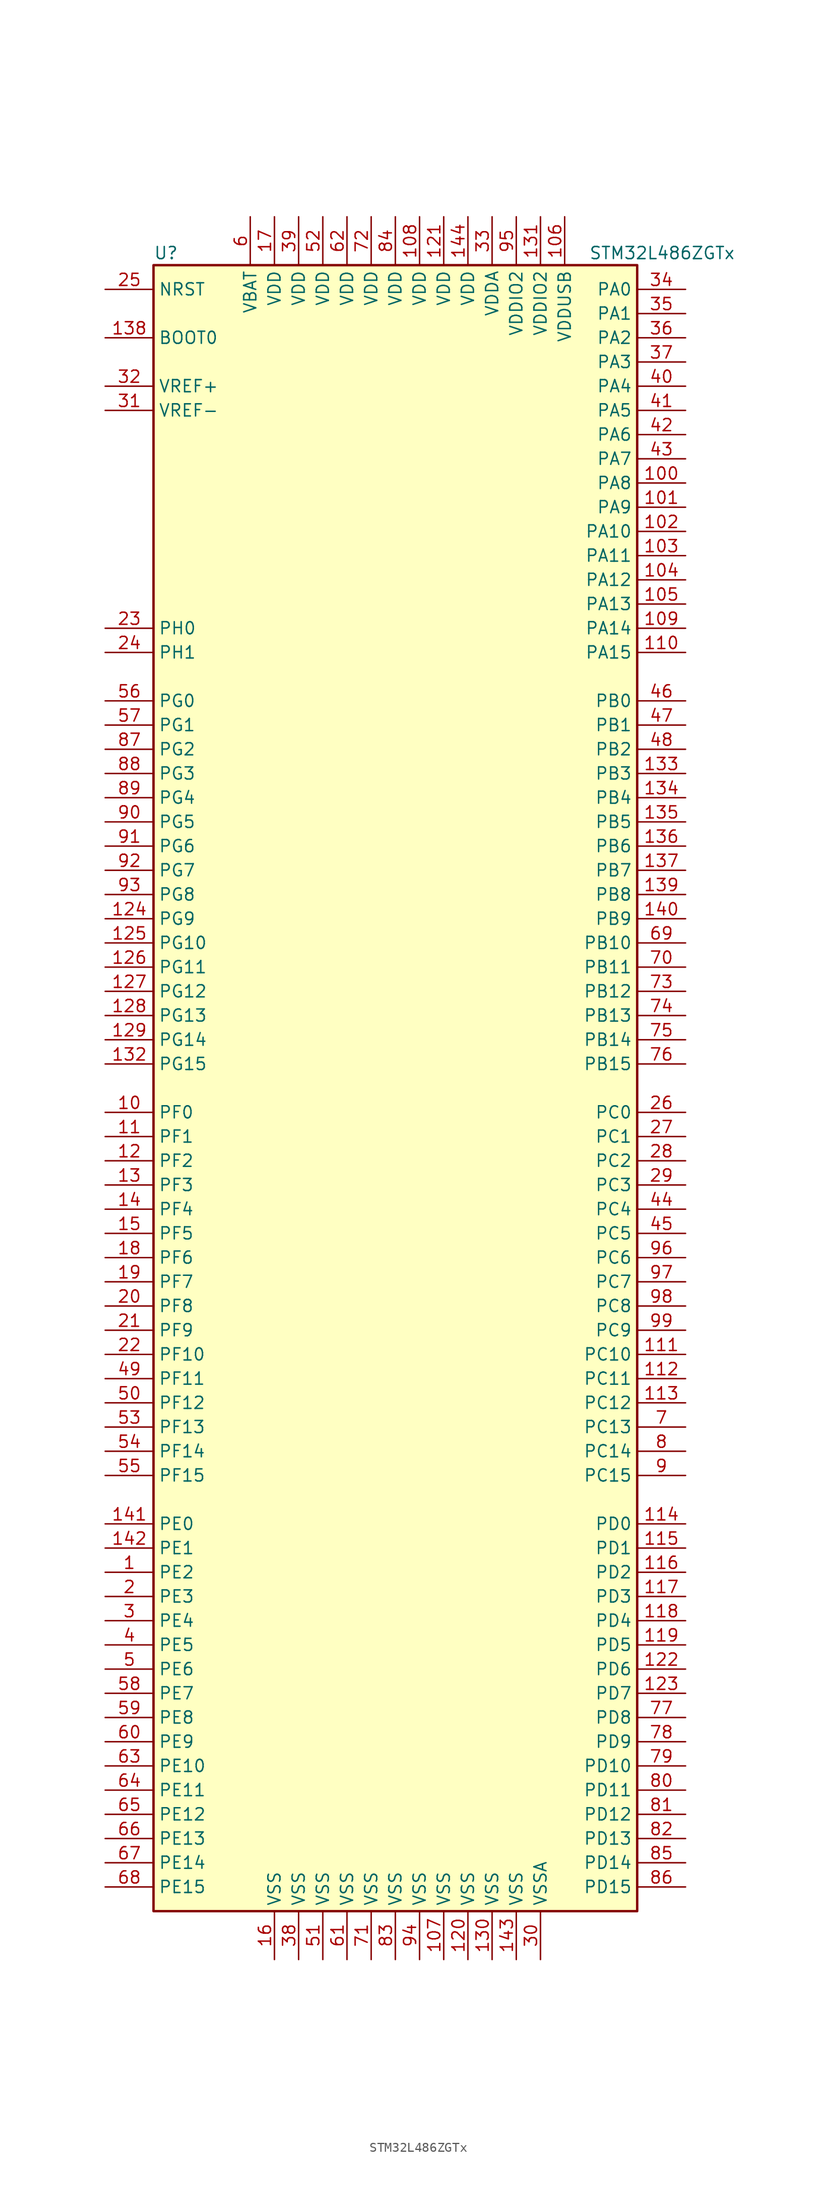
<source format=kicad_sym>
(kicad_symbol_lib
  (version 20201005)
  (generator kicad_symbol_editor)
  (symbol "MCU_ST_STM32L4:STM32L486ZGTx"
    (property "Reference" "U"
      (at -25.4 87.63 0)
      (effects (font (size 1.27 1.27)) (justify left)))
    (property "Value" "STM32L486ZGTx"
      (at 20.32 87.63 0)
      (effects (font (size 1.27 1.27)) (justify left)))
    (symbol "STM32L486ZGTx_0_1"
      (rectangle (start -25.4 -86.36) (end 25.4 86.36) (stroke (width 0.254)) (fill (type background))))
    (symbol "STM32L486ZGTx_1_1"
      (pin bidirectional line (at -30.48 -50.8 0) (length 5.08) (name "PE2" (effects (font (size 1.27 1.27)))) (number "1" (effects (font (size 1.27 1.27)))))
      (pin bidirectional line (at -30.48 -2.54 0) (length 5.08) (name "PF0" (effects (font (size 1.27 1.27)))) (number "10" (effects (font (size 1.27 1.27)))))
      (pin bidirectional line (at 30.48 63.5 180) (length 5.08) (name "PA8" (effects (font (size 1.27 1.27)))) (number "100" (effects (font (size 1.27 1.27)))))
      (pin bidirectional line (at 30.48 60.96 180) (length 5.08) (name "PA9" (effects (font (size 1.27 1.27)))) (number "101" (effects (font (size 1.27 1.27)))))
      (pin bidirectional line (at 30.48 58.42 180) (length 5.08) (name "PA10" (effects (font (size 1.27 1.27)))) (number "102" (effects (font (size 1.27 1.27)))))
      (pin bidirectional line (at 30.48 55.88 180) (length 5.08) (name "PA11" (effects (font (size 1.27 1.27)))) (number "103" (effects (font (size 1.27 1.27)))))
      (pin bidirectional line (at 30.48 53.34 180) (length 5.08) (name "PA12" (effects (font (size 1.27 1.27)))) (number "104" (effects (font (size 1.27 1.27)))))
      (pin bidirectional line (at 30.48 50.8 180) (length 5.08) (name "PA13" (effects (font (size 1.27 1.27)))) (number "105" (effects (font (size 1.27 1.27)))))
      (pin power_in line (at 17.78 91.44 270) (length 5.08) (name "VDDUSB" (effects (font (size 1.27 1.27)))) (number "106" (effects (font (size 1.27 1.27)))))
      (pin power_in line (at 5.08 -91.44 90) (length 5.08) (name "VSS" (effects (font (size 1.27 1.27)))) (number "107" (effects (font (size 1.27 1.27)))))
      (pin power_in line (at 2.54 91.44 270) (length 5.08) (name "VDD" (effects (font (size 1.27 1.27)))) (number "108" (effects (font (size 1.27 1.27)))))
      (pin bidirectional line (at 30.48 48.26 180) (length 5.08) (name "PA14" (effects (font (size 1.27 1.27)))) (number "109" (effects (font (size 1.27 1.27)))))
      (pin bidirectional line (at -30.48 -5.08 0) (length 5.08) (name "PF1" (effects (font (size 1.27 1.27)))) (number "11" (effects (font (size 1.27 1.27)))))
      (pin bidirectional line (at 30.48 45.72 180) (length 5.08) (name "PA15" (effects (font (size 1.27 1.27)))) (number "110" (effects (font (size 1.27 1.27)))))
      (pin bidirectional line (at 30.48 -27.94 180) (length 5.08) (name "PC10" (effects (font (size 1.27 1.27)))) (number "111" (effects (font (size 1.27 1.27)))))
      (pin bidirectional line (at 30.48 -30.48 180) (length 5.08) (name "PC11" (effects (font (size 1.27 1.27)))) (number "112" (effects (font (size 1.27 1.27)))))
      (pin bidirectional line (at 30.48 -33.02 180) (length 5.08) (name "PC12" (effects (font (size 1.27 1.27)))) (number "113" (effects (font (size 1.27 1.27)))))
      (pin bidirectional line (at 30.48 -45.72 180) (length 5.08) (name "PD0" (effects (font (size 1.27 1.27)))) (number "114" (effects (font (size 1.27 1.27)))))
      (pin bidirectional line (at 30.48 -48.26 180) (length 5.08) (name "PD1" (effects (font (size 1.27 1.27)))) (number "115" (effects (font (size 1.27 1.27)))))
      (pin bidirectional line (at 30.48 -50.8 180) (length 5.08) (name "PD2" (effects (font (size 1.27 1.27)))) (number "116" (effects (font (size 1.27 1.27)))))
      (pin bidirectional line (at 30.48 -53.34 180) (length 5.08) (name "PD3" (effects (font (size 1.27 1.27)))) (number "117" (effects (font (size 1.27 1.27)))))
      (pin bidirectional line (at 30.48 -55.88 180) (length 5.08) (name "PD4" (effects (font (size 1.27 1.27)))) (number "118" (effects (font (size 1.27 1.27)))))
      (pin bidirectional line (at 30.48 -58.42 180) (length 5.08) (name "PD5" (effects (font (size 1.27 1.27)))) (number "119" (effects (font (size 1.27 1.27)))))
      (pin bidirectional line (at -30.48 -7.62 0) (length 5.08) (name "PF2" (effects (font (size 1.27 1.27)))) (number "12" (effects (font (size 1.27 1.27)))))
      (pin power_in line (at 7.62 -91.44 90) (length 5.08) (name "VSS" (effects (font (size 1.27 1.27)))) (number "120" (effects (font (size 1.27 1.27)))))
      (pin power_in line (at 5.08 91.44 270) (length 5.08) (name "VDD" (effects (font (size 1.27 1.27)))) (number "121" (effects (font (size 1.27 1.27)))))
      (pin bidirectional line (at 30.48 -60.96 180) (length 5.08) (name "PD6" (effects (font (size 1.27 1.27)))) (number "122" (effects (font (size 1.27 1.27)))))
      (pin bidirectional line (at 30.48 -63.5 180) (length 5.08) (name "PD7" (effects (font (size 1.27 1.27)))) (number "123" (effects (font (size 1.27 1.27)))))
      (pin bidirectional line (at -30.48 17.78 0) (length 5.08) (name "PG9" (effects (font (size 1.27 1.27)))) (number "124" (effects (font (size 1.27 1.27)))))
      (pin bidirectional line (at -30.48 15.24 0) (length 5.08) (name "PG10" (effects (font (size 1.27 1.27)))) (number "125" (effects (font (size 1.27 1.27)))))
      (pin bidirectional line (at -30.48 12.7 0) (length 5.08) (name "PG11" (effects (font (size 1.27 1.27)))) (number "126" (effects (font (size 1.27 1.27)))))
      (pin bidirectional line (at -30.48 10.16 0) (length 5.08) (name "PG12" (effects (font (size 1.27 1.27)))) (number "127" (effects (font (size 1.27 1.27)))))
      (pin bidirectional line (at -30.48 7.62 0) (length 5.08) (name "PG13" (effects (font (size 1.27 1.27)))) (number "128" (effects (font (size 1.27 1.27)))))
      (pin bidirectional line (at -30.48 5.08 0) (length 5.08) (name "PG14" (effects (font (size 1.27 1.27)))) (number "129" (effects (font (size 1.27 1.27)))))
      (pin bidirectional line (at -30.48 -10.16 0) (length 5.08) (name "PF3" (effects (font (size 1.27 1.27)))) (number "13" (effects (font (size 1.27 1.27)))))
      (pin power_in line (at 10.16 -91.44 90) (length 5.08) (name "VSS" (effects (font (size 1.27 1.27)))) (number "130" (effects (font (size 1.27 1.27)))))
      (pin power_in line (at 15.24 91.44 270) (length 5.08) (name "VDDIO2" (effects (font (size 1.27 1.27)))) (number "131" (effects (font (size 1.27 1.27)))))
      (pin bidirectional line (at -30.48 2.54 0) (length 5.08) (name "PG15" (effects (font (size 1.27 1.27)))) (number "132" (effects (font (size 1.27 1.27)))))
      (pin bidirectional line (at 30.48 33.02 180) (length 5.08) (name "PB3" (effects (font (size 1.27 1.27)))) (number "133" (effects (font (size 1.27 1.27)))))
      (pin bidirectional line (at 30.48 30.48 180) (length 5.08) (name "PB4" (effects (font (size 1.27 1.27)))) (number "134" (effects (font (size 1.27 1.27)))))
      (pin bidirectional line (at 30.48 27.94 180) (length 5.08) (name "PB5" (effects (font (size 1.27 1.27)))) (number "135" (effects (font (size 1.27 1.27)))))
      (pin bidirectional line (at 30.48 25.4 180) (length 5.08) (name "PB6" (effects (font (size 1.27 1.27)))) (number "136" (effects (font (size 1.27 1.27)))))
      (pin bidirectional line (at 30.48 22.86 180) (length 5.08) (name "PB7" (effects (font (size 1.27 1.27)))) (number "137" (effects (font (size 1.27 1.27)))))
      (pin input line (at -30.48 78.74 0) (length 5.08) (name "BOOT0" (effects (font (size 1.27 1.27)))) (number "138" (effects (font (size 1.27 1.27)))))
      (pin bidirectional line (at 30.48 20.32 180) (length 5.08) (name "PB8" (effects (font (size 1.27 1.27)))) (number "139" (effects (font (size 1.27 1.27)))))
      (pin bidirectional line (at -30.48 -12.7 0) (length 5.08) (name "PF4" (effects (font (size 1.27 1.27)))) (number "14" (effects (font (size 1.27 1.27)))))
      (pin bidirectional line (at 30.48 17.78 180) (length 5.08) (name "PB9" (effects (font (size 1.27 1.27)))) (number "140" (effects (font (size 1.27 1.27)))))
      (pin bidirectional line (at -30.48 -45.72 0) (length 5.08) (name "PE0" (effects (font (size 1.27 1.27)))) (number "141" (effects (font (size 1.27 1.27)))))
      (pin bidirectional line (at -30.48 -48.26 0) (length 5.08) (name "PE1" (effects (font (size 1.27 1.27)))) (number "142" (effects (font (size 1.27 1.27)))))
      (pin power_in line (at 12.7 -91.44 90) (length 5.08) (name "VSS" (effects (font (size 1.27 1.27)))) (number "143" (effects (font (size 1.27 1.27)))))
      (pin power_in line (at 7.62 91.44 270) (length 5.08) (name "VDD" (effects (font (size 1.27 1.27)))) (number "144" (effects (font (size 1.27 1.27)))))
      (pin bidirectional line (at -30.48 -15.24 0) (length 5.08) (name "PF5" (effects (font (size 1.27 1.27)))) (number "15" (effects (font (size 1.27 1.27)))))
      (pin power_in line (at -12.7 -91.44 90) (length 5.08) (name "VSS" (effects (font (size 1.27 1.27)))) (number "16" (effects (font (size 1.27 1.27)))))
      (pin power_in line (at -12.7 91.44 270) (length 5.08) (name "VDD" (effects (font (size 1.27 1.27)))) (number "17" (effects (font (size 1.27 1.27)))))
      (pin bidirectional line (at -30.48 -17.78 0) (length 5.08) (name "PF6" (effects (font (size 1.27 1.27)))) (number "18" (effects (font (size 1.27 1.27)))))
      (pin bidirectional line (at -30.48 -20.32 0) (length 5.08) (name "PF7" (effects (font (size 1.27 1.27)))) (number "19" (effects (font (size 1.27 1.27)))))
      (pin bidirectional line (at -30.48 -53.34 0) (length 5.08) (name "PE3" (effects (font (size 1.27 1.27)))) (number "2" (effects (font (size 1.27 1.27)))))
      (pin bidirectional line (at -30.48 -22.86 0) (length 5.08) (name "PF8" (effects (font (size 1.27 1.27)))) (number "20" (effects (font (size 1.27 1.27)))))
      (pin bidirectional line (at -30.48 -25.4 0) (length 5.08) (name "PF9" (effects (font (size 1.27 1.27)))) (number "21" (effects (font (size 1.27 1.27)))))
      (pin bidirectional line (at -30.48 -27.94 0) (length 5.08) (name "PF10" (effects (font (size 1.27 1.27)))) (number "22" (effects (font (size 1.27 1.27)))))
      (pin input line (at -30.48 48.26 0) (length 5.08) (name "PH0" (effects (font (size 1.27 1.27)))) (number "23" (effects (font (size 1.27 1.27)))))
      (pin input line (at -30.48 45.72 0) (length 5.08) (name "PH1" (effects (font (size 1.27 1.27)))) (number "24" (effects (font (size 1.27 1.27)))))
      (pin input line (at -30.48 83.82 0) (length 5.08) (name "NRST" (effects (font (size 1.27 1.27)))) (number "25" (effects (font (size 1.27 1.27)))))
      (pin bidirectional line (at 30.48 -2.54 180) (length 5.08) (name "PC0" (effects (font (size 1.27 1.27)))) (number "26" (effects (font (size 1.27 1.27)))))
      (pin bidirectional line (at 30.48 -5.08 180) (length 5.08) (name "PC1" (effects (font (size 1.27 1.27)))) (number "27" (effects (font (size 1.27 1.27)))))
      (pin bidirectional line (at 30.48 -7.62 180) (length 5.08) (name "PC2" (effects (font (size 1.27 1.27)))) (number "28" (effects (font (size 1.27 1.27)))))
      (pin bidirectional line (at 30.48 -10.16 180) (length 5.08) (name "PC3" (effects (font (size 1.27 1.27)))) (number "29" (effects (font (size 1.27 1.27)))))
      (pin bidirectional line (at -30.48 -55.88 0) (length 5.08) (name "PE4" (effects (font (size 1.27 1.27)))) (number "3" (effects (font (size 1.27 1.27)))))
      (pin power_in line (at 15.24 -91.44 90) (length 5.08) (name "VSSA" (effects (font (size 1.27 1.27)))) (number "30" (effects (font (size 1.27 1.27)))))
      (pin power_in line (at -30.48 71.12 0) (length 5.08) (name "VREF-" (effects (font (size 1.27 1.27)))) (number "31" (effects (font (size 1.27 1.27)))))
      (pin bidirectional line (at -30.48 73.66 0) (length 5.08) (name "VREF+" (effects (font (size 1.27 1.27)))) (number "32" (effects (font (size 1.27 1.27)))))
      (pin power_in line (at 10.16 91.44 270) (length 5.08) (name "VDDA" (effects (font (size 1.27 1.27)))) (number "33" (effects (font (size 1.27 1.27)))))
      (pin bidirectional line (at 30.48 83.82 180) (length 5.08) (name "PA0" (effects (font (size 1.27 1.27)))) (number "34" (effects (font (size 1.27 1.27)))))
      (pin bidirectional line (at 30.48 81.28 180) (length 5.08) (name "PA1" (effects (font (size 1.27 1.27)))) (number "35" (effects (font (size 1.27 1.27)))))
      (pin bidirectional line (at 30.48 78.74 180) (length 5.08) (name "PA2" (effects (font (size 1.27 1.27)))) (number "36" (effects (font (size 1.27 1.27)))))
      (pin bidirectional line (at 30.48 76.2 180) (length 5.08) (name "PA3" (effects (font (size 1.27 1.27)))) (number "37" (effects (font (size 1.27 1.27)))))
      (pin power_in line (at -10.16 -91.44 90) (length 5.08) (name "VSS" (effects (font (size 1.27 1.27)))) (number "38" (effects (font (size 1.27 1.27)))))
      (pin power_in line (at -10.16 91.44 270) (length 5.08) (name "VDD" (effects (font (size 1.27 1.27)))) (number "39" (effects (font (size 1.27 1.27)))))
      (pin bidirectional line (at -30.48 -58.42 0) (length 5.08) (name "PE5" (effects (font (size 1.27 1.27)))) (number "4" (effects (font (size 1.27 1.27)))))
      (pin bidirectional line (at 30.48 73.66 180) (length 5.08) (name "PA4" (effects (font (size 1.27 1.27)))) (number "40" (effects (font (size 1.27 1.27)))))
      (pin bidirectional line (at 30.48 71.12 180) (length 5.08) (name "PA5" (effects (font (size 1.27 1.27)))) (number "41" (effects (font (size 1.27 1.27)))))
      (pin bidirectional line (at 30.48 68.58 180) (length 5.08) (name "PA6" (effects (font (size 1.27 1.27)))) (number "42" (effects (font (size 1.27 1.27)))))
      (pin bidirectional line (at 30.48 66.04 180) (length 5.08) (name "PA7" (effects (font (size 1.27 1.27)))) (number "43" (effects (font (size 1.27 1.27)))))
      (pin bidirectional line (at 30.48 -12.7 180) (length 5.08) (name "PC4" (effects (font (size 1.27 1.27)))) (number "44" (effects (font (size 1.27 1.27)))))
      (pin bidirectional line (at 30.48 -15.24 180) (length 5.08) (name "PC5" (effects (font (size 1.27 1.27)))) (number "45" (effects (font (size 1.27 1.27)))))
      (pin bidirectional line (at 30.48 40.64 180) (length 5.08) (name "PB0" (effects (font (size 1.27 1.27)))) (number "46" (effects (font (size 1.27 1.27)))))
      (pin bidirectional line (at 30.48 38.1 180) (length 5.08) (name "PB1" (effects (font (size 1.27 1.27)))) (number "47" (effects (font (size 1.27 1.27)))))
      (pin bidirectional line (at 30.48 35.56 180) (length 5.08) (name "PB2" (effects (font (size 1.27 1.27)))) (number "48" (effects (font (size 1.27 1.27)))))
      (pin bidirectional line (at -30.48 -30.48 0) (length 5.08) (name "PF11" (effects (font (size 1.27 1.27)))) (number "49" (effects (font (size 1.27 1.27)))))
      (pin bidirectional line (at -30.48 -60.96 0) (length 5.08) (name "PE6" (effects (font (size 1.27 1.27)))) (number "5" (effects (font (size 1.27 1.27)))))
      (pin bidirectional line (at -30.48 -33.02 0) (length 5.08) (name "PF12" (effects (font (size 1.27 1.27)))) (number "50" (effects (font (size 1.27 1.27)))))
      (pin power_in line (at -7.62 -91.44 90) (length 5.08) (name "VSS" (effects (font (size 1.27 1.27)))) (number "51" (effects (font (size 1.27 1.27)))))
      (pin power_in line (at -7.62 91.44 270) (length 5.08) (name "VDD" (effects (font (size 1.27 1.27)))) (number "52" (effects (font (size 1.27 1.27)))))
      (pin bidirectional line (at -30.48 -35.56 0) (length 5.08) (name "PF13" (effects (font (size 1.27 1.27)))) (number "53" (effects (font (size 1.27 1.27)))))
      (pin bidirectional line (at -30.48 -38.1 0) (length 5.08) (name "PF14" (effects (font (size 1.27 1.27)))) (number "54" (effects (font (size 1.27 1.27)))))
      (pin bidirectional line (at -30.48 -40.64 0) (length 5.08) (name "PF15" (effects (font (size 1.27 1.27)))) (number "55" (effects (font (size 1.27 1.27)))))
      (pin bidirectional line (at -30.48 40.64 0) (length 5.08) (name "PG0" (effects (font (size 1.27 1.27)))) (number "56" (effects (font (size 1.27 1.27)))))
      (pin bidirectional line (at -30.48 38.1 0) (length 5.08) (name "PG1" (effects (font (size 1.27 1.27)))) (number "57" (effects (font (size 1.27 1.27)))))
      (pin bidirectional line (at -30.48 -63.5 0) (length 5.08) (name "PE7" (effects (font (size 1.27 1.27)))) (number "58" (effects (font (size 1.27 1.27)))))
      (pin bidirectional line (at -30.48 -66.04 0) (length 5.08) (name "PE8" (effects (font (size 1.27 1.27)))) (number "59" (effects (font (size 1.27 1.27)))))
      (pin power_in line (at -15.24 91.44 270) (length 5.08) (name "VBAT" (effects (font (size 1.27 1.27)))) (number "6" (effects (font (size 1.27 1.27)))))
      (pin bidirectional line (at -30.48 -68.58 0) (length 5.08) (name "PE9" (effects (font (size 1.27 1.27)))) (number "60" (effects (font (size 1.27 1.27)))))
      (pin power_in line (at -5.08 -91.44 90) (length 5.08) (name "VSS" (effects (font (size 1.27 1.27)))) (number "61" (effects (font (size 1.27 1.27)))))
      (pin power_in line (at -5.08 91.44 270) (length 5.08) (name "VDD" (effects (font (size 1.27 1.27)))) (number "62" (effects (font (size 1.27 1.27)))))
      (pin bidirectional line (at -30.48 -71.12 0) (length 5.08) (name "PE10" (effects (font (size 1.27 1.27)))) (number "63" (effects (font (size 1.27 1.27)))))
      (pin bidirectional line (at -30.48 -73.66 0) (length 5.08) (name "PE11" (effects (font (size 1.27 1.27)))) (number "64" (effects (font (size 1.27 1.27)))))
      (pin bidirectional line (at -30.48 -76.2 0) (length 5.08) (name "PE12" (effects (font (size 1.27 1.27)))) (number "65" (effects (font (size 1.27 1.27)))))
      (pin bidirectional line (at -30.48 -78.74 0) (length 5.08) (name "PE13" (effects (font (size 1.27 1.27)))) (number "66" (effects (font (size 1.27 1.27)))))
      (pin bidirectional line (at -30.48 -81.28 0) (length 5.08) (name "PE14" (effects (font (size 1.27 1.27)))) (number "67" (effects (font (size 1.27 1.27)))))
      (pin bidirectional line (at -30.48 -83.82 0) (length 5.08) (name "PE15" (effects (font (size 1.27 1.27)))) (number "68" (effects (font (size 1.27 1.27)))))
      (pin bidirectional line (at 30.48 15.24 180) (length 5.08) (name "PB10" (effects (font (size 1.27 1.27)))) (number "69" (effects (font (size 1.27 1.27)))))
      (pin bidirectional line (at 30.48 -35.56 180) (length 5.08) (name "PC13" (effects (font (size 1.27 1.27)))) (number "7" (effects (font (size 1.27 1.27)))))
      (pin bidirectional line (at 30.48 12.7 180) (length 5.08) (name "PB11" (effects (font (size 1.27 1.27)))) (number "70" (effects (font (size 1.27 1.27)))))
      (pin power_in line (at -2.54 -91.44 90) (length 5.08) (name "VSS" (effects (font (size 1.27 1.27)))) (number "71" (effects (font (size 1.27 1.27)))))
      (pin power_in line (at -2.54 91.44 270) (length 5.08) (name "VDD" (effects (font (size 1.27 1.27)))) (number "72" (effects (font (size 1.27 1.27)))))
      (pin bidirectional line (at 30.48 10.16 180) (length 5.08) (name "PB12" (effects (font (size 1.27 1.27)))) (number "73" (effects (font (size 1.27 1.27)))))
      (pin bidirectional line (at 30.48 7.62 180) (length 5.08) (name "PB13" (effects (font (size 1.27 1.27)))) (number "74" (effects (font (size 1.27 1.27)))))
      (pin bidirectional line (at 30.48 5.08 180) (length 5.08) (name "PB14" (effects (font (size 1.27 1.27)))) (number "75" (effects (font (size 1.27 1.27)))))
      (pin bidirectional line (at 30.48 2.54 180) (length 5.08) (name "PB15" (effects (font (size 1.27 1.27)))) (number "76" (effects (font (size 1.27 1.27)))))
      (pin bidirectional line (at 30.48 -66.04 180) (length 5.08) (name "PD8" (effects (font (size 1.27 1.27)))) (number "77" (effects (font (size 1.27 1.27)))))
      (pin bidirectional line (at 30.48 -68.58 180) (length 5.08) (name "PD9" (effects (font (size 1.27 1.27)))) (number "78" (effects (font (size 1.27 1.27)))))
      (pin bidirectional line (at 30.48 -71.12 180) (length 5.08) (name "PD10" (effects (font (size 1.27 1.27)))) (number "79" (effects (font (size 1.27 1.27)))))
      (pin bidirectional line (at 30.48 -38.1 180) (length 5.08) (name "PC14" (effects (font (size 1.27 1.27)))) (number "8" (effects (font (size 1.27 1.27)))))
      (pin bidirectional line (at 30.48 -73.66 180) (length 5.08) (name "PD11" (effects (font (size 1.27 1.27)))) (number "80" (effects (font (size 1.27 1.27)))))
      (pin bidirectional line (at 30.48 -76.2 180) (length 5.08) (name "PD12" (effects (font (size 1.27 1.27)))) (number "81" (effects (font (size 1.27 1.27)))))
      (pin bidirectional line (at 30.48 -78.74 180) (length 5.08) (name "PD13" (effects (font (size 1.27 1.27)))) (number "82" (effects (font (size 1.27 1.27)))))
      (pin power_in line (at 0 -91.44 90) (length 5.08) (name "VSS" (effects (font (size 1.27 1.27)))) (number "83" (effects (font (size 1.27 1.27)))))
      (pin power_in line (at 0 91.44 270) (length 5.08) (name "VDD" (effects (font (size 1.27 1.27)))) (number "84" (effects (font (size 1.27 1.27)))))
      (pin bidirectional line (at 30.48 -81.28 180) (length 5.08) (name "PD14" (effects (font (size 1.27 1.27)))) (number "85" (effects (font (size 1.27 1.27)))))
      (pin bidirectional line (at 30.48 -83.82 180) (length 5.08) (name "PD15" (effects (font (size 1.27 1.27)))) (number "86" (effects (font (size 1.27 1.27)))))
      (pin bidirectional line (at -30.48 35.56 0) (length 5.08) (name "PG2" (effects (font (size 1.27 1.27)))) (number "87" (effects (font (size 1.27 1.27)))))
      (pin bidirectional line (at -30.48 33.02 0) (length 5.08) (name "PG3" (effects (font (size 1.27 1.27)))) (number "88" (effects (font (size 1.27 1.27)))))
      (pin bidirectional line (at -30.48 30.48 0) (length 5.08) (name "PG4" (effects (font (size 1.27 1.27)))) (number "89" (effects (font (size 1.27 1.27)))))
      (pin bidirectional line (at 30.48 -40.64 180) (length 5.08) (name "PC15" (effects (font (size 1.27 1.27)))) (number "9" (effects (font (size 1.27 1.27)))))
      (pin bidirectional line (at -30.48 27.94 0) (length 5.08) (name "PG5" (effects (font (size 1.27 1.27)))) (number "90" (effects (font (size 1.27 1.27)))))
      (pin bidirectional line (at -30.48 25.4 0) (length 5.08) (name "PG6" (effects (font (size 1.27 1.27)))) (number "91" (effects (font (size 1.27 1.27)))))
      (pin bidirectional line (at -30.48 22.86 0) (length 5.08) (name "PG7" (effects (font (size 1.27 1.27)))) (number "92" (effects (font (size 1.27 1.27)))))
      (pin bidirectional line (at -30.48 20.32 0) (length 5.08) (name "PG8" (effects (font (size 1.27 1.27)))) (number "93" (effects (font (size 1.27 1.27)))))
      (pin power_in line (at 2.54 -91.44 90) (length 5.08) (name "VSS" (effects (font (size 1.27 1.27)))) (number "94" (effects (font (size 1.27 1.27)))))
      (pin power_in line (at 12.7 91.44 270) (length 5.08) (name "VDDIO2" (effects (font (size 1.27 1.27)))) (number "95" (effects (font (size 1.27 1.27)))))
      (pin bidirectional line (at 30.48 -17.78 180) (length 5.08) (name "PC6" (effects (font (size 1.27 1.27)))) (number "96" (effects (font (size 1.27 1.27)))))
      (pin bidirectional line (at 30.48 -20.32 180) (length 5.08) (name "PC7" (effects (font (size 1.27 1.27)))) (number "97" (effects (font (size 1.27 1.27)))))
      (pin bidirectional line (at 30.48 -22.86 180) (length 5.08) (name "PC8" (effects (font (size 1.27 1.27)))) (number "98" (effects (font (size 1.27 1.27)))))
      (pin bidirectional line (at 30.48 -25.4 180) (length 5.08) (name "PC9" (effects (font (size 1.27 1.27)))) (number "99" (effects (font (size 1.27 1.27))))))))
</source>
